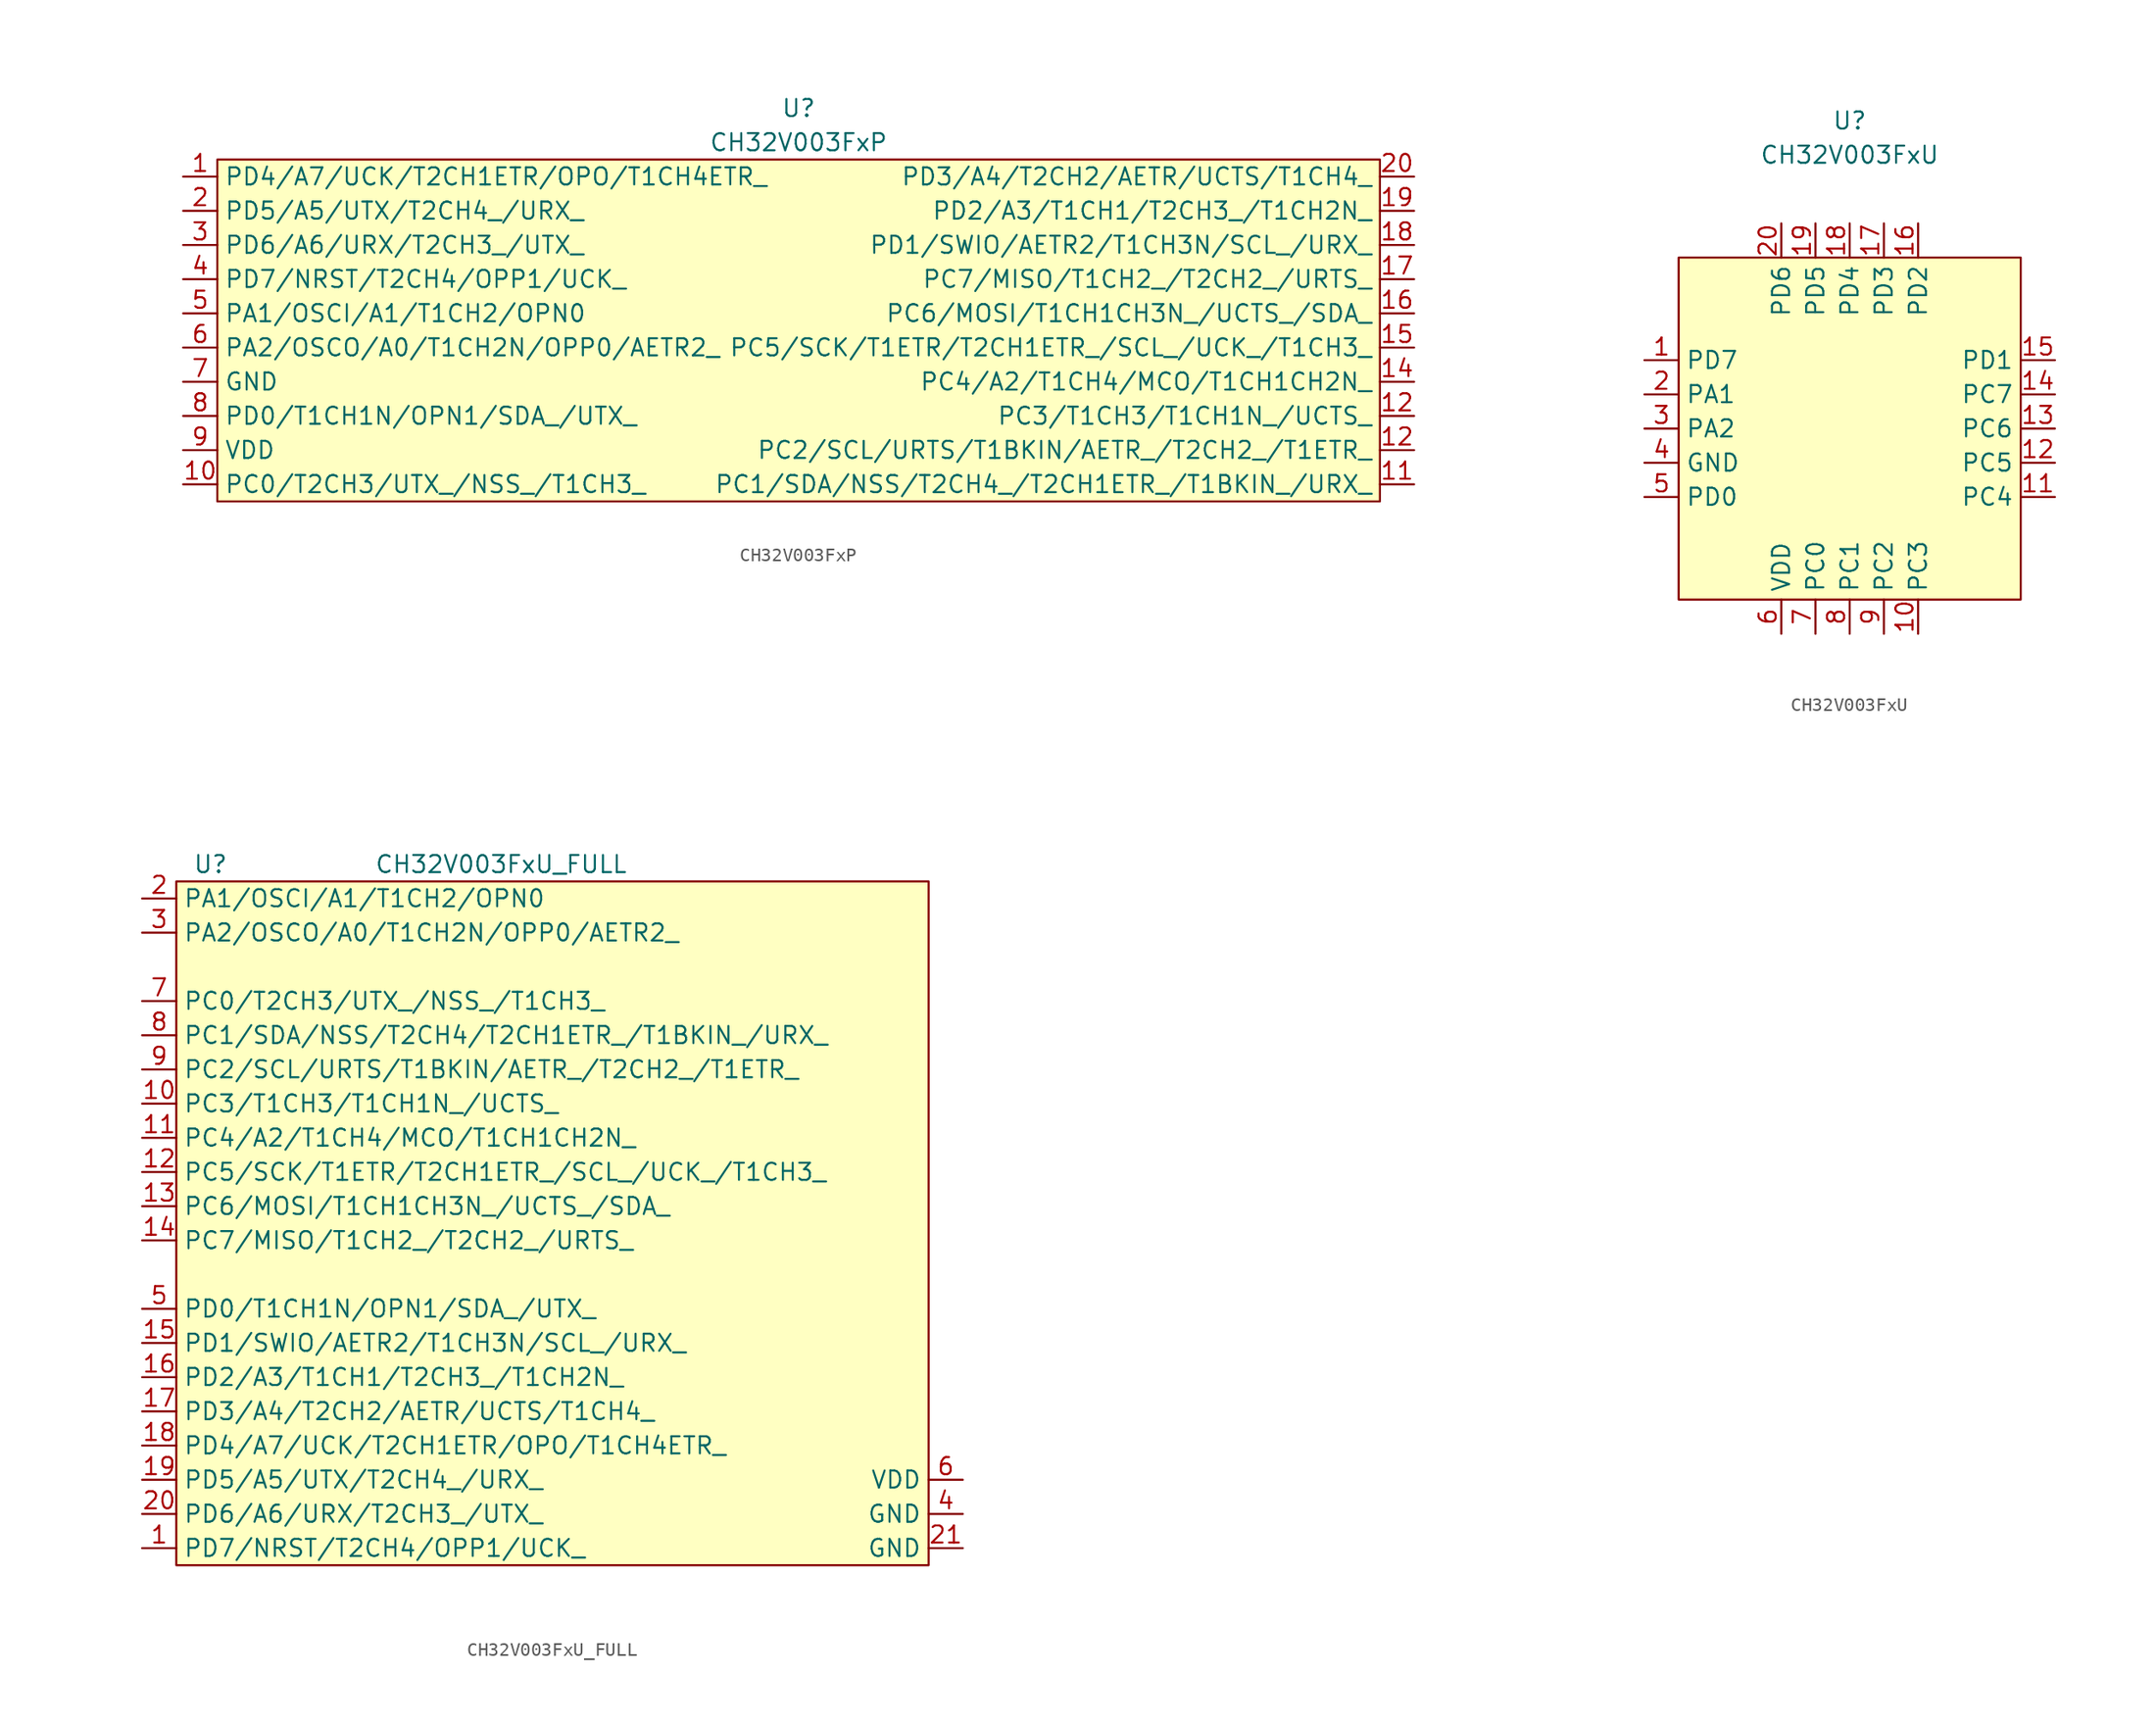
<source format=kicad_sym>
(kicad_symbol_lib
  (version 20211014)
  (generator kicad_symbol_editor)
  (symbol "CH32V003FxP"
    (property "Reference" "U"
      (at 0 16.51 0)
      (effects (font (size 1.27 1.27))))
    (property "Value" "CH32V003FxP"
      (at 0 13.97 0)
      (effects (font (size 1.27 1.27))))
    (symbol "CH32V003FxP_0_1"
      (rectangle (start -43.18 12.7) (end 43.18 -12.7) (stroke (width 0) (type default) (color 0 0 0 0)) (fill (type background))))
    (symbol "CH32V003FxP_1_1"
      (pin bidirectional line (at -45.72 11.43 0) (length 2.54) (name "PD4/A7/UCK/T2CH1ETR/OPO/T1CH4ETR_" (effects (font (size 1.27 1.27)))) (number "1" (effects (font (size 1.27 1.27)))))
      (pin bidirectional line (at -45.72 -11.43 0) (length 2.54) (name "PC0/T2CH3/UTX_/NSS_/T1CH3_" (effects (font (size 1.27 1.27)))) (number "10" (effects (font (size 1.27 1.27)))))
      (pin bidirectional line (at 45.72 -11.43 180) (length 2.54) (name "PC1/SDA/NSS/T2CH4_/T2CH1ETR_/T1BKIN_/URX_" (effects (font (size 1.27 1.27)))) (number "11" (effects (font (size 1.27 1.27)))))
      (pin bidirectional line (at 45.72 -8.89 180) (length 2.54) (name "PC2/SCL/URTS/T1BKIN/AETR_/T2CH2_/T1ETR_" (effects (font (size 1.27 1.27)))) (number "12" (effects (font (size 1.27 1.27)))))
      (pin bidirectional line (at 45.72 -6.35 180) (length 2.54) (name "PC3/T1CH3/T1CH1N_/UCTS_" (effects (font (size 1.27 1.27)))) (number "12" (effects (font (size 1.27 1.27)))))
      (pin bidirectional line (at 45.72 -3.81 180) (length 2.54) (name "PC4/A2/T1CH4/MCO/T1CH1CH2N_" (effects (font (size 1.27 1.27)))) (number "14" (effects (font (size 1.27 1.27)))))
      (pin bidirectional line (at 45.72 -1.27 180) (length 2.54) (name "PC5/SCK/T1ETR/T2CH1ETR_/SCL_/UCK_/T1CH3_" (effects (font (size 1.27 1.27)))) (number "15" (effects (font (size 1.27 1.27)))))
      (pin bidirectional line (at 45.72 1.27 180) (length 2.54) (name "PC6/MOSI/T1CH1CH3N_/UCTS_/SDA_" (effects (font (size 1.27 1.27)))) (number "16" (effects (font (size 1.27 1.27)))))
      (pin bidirectional line (at 45.72 3.81 180) (length 2.54) (name "PC7/MISO/T1CH2_/T2CH2_/URTS_" (effects (font (size 1.27 1.27)))) (number "17" (effects (font (size 1.27 1.27)))))
      (pin bidirectional line (at 45.72 6.35 180) (length 2.54) (name "PD1/SWIO/AETR2/T1CH3N/SCL_/URX_" (effects (font (size 1.27 1.27)))) (number "18" (effects (font (size 1.27 1.27)))))
      (pin bidirectional line (at 45.72 8.89 180) (length 2.54) (name "PD2/A3/T1CH1/T2CH3_/T1CH2N_" (effects (font (size 1.27 1.27)))) (number "19" (effects (font (size 1.27 1.27)))))
      (pin bidirectional line (at -45.72 8.89 0) (length 2.54) (name "PD5/A5/UTX/T2CH4_/URX_" (effects (font (size 1.27 1.27)))) (number "2" (effects (font (size 1.27 1.27)))))
      (pin bidirectional line (at 45.72 11.43 180) (length 2.54) (name "PD3/A4/T2CH2/AETR/UCTS/T1CH4_" (effects (font (size 1.27 1.27)))) (number "20" (effects (font (size 1.27 1.27)))))
      (pin bidirectional line (at -45.72 6.35 0) (length 2.54) (name "PD6/A6/URX/T2CH3_/UTX_" (effects (font (size 1.27 1.27)))) (number "3" (effects (font (size 1.27 1.27)))))
      (pin bidirectional line (at -45.72 3.81 0) (length 2.54) (name "PD7/NRST/T2CH4/OPP1/UCK_" (effects (font (size 1.27 1.27)))) (number "4" (effects (font (size 1.27 1.27)))))
      (pin bidirectional line (at -45.72 1.27 0) (length 2.54) (name "PA1/OSCI/A1/T1CH2/OPN0" (effects (font (size 1.27 1.27)))) (number "5" (effects (font (size 1.27 1.27)))))
      (pin bidirectional line (at -45.72 -1.27 0) (length 2.54) (name "PA2/OSCO/A0/T1CH2N/OPP0/AETR2_" (effects (font (size 1.27 1.27)))) (number "6" (effects (font (size 1.27 1.27)))))
      (pin power_in line (at -45.72 -3.81 0) (length 2.54) (name "GND" (effects (font (size 1.27 1.27)))) (number "7" (effects (font (size 1.27 1.27)))))
      (pin bidirectional line (at -45.72 -6.35 0) (length 2.54) (name "PD0/T1CH1N/OPN1/SDA_/UTX_" (effects (font (size 1.27 1.27)))) (number "8" (effects (font (size 1.27 1.27)))))
      (pin power_in line (at -45.72 -8.89 0) (length 2.54) (name "VDD" (effects (font (size 1.27 1.27)))) (number "9" (effects (font (size 1.27 1.27)))))))
  (symbol "CH32V003FxU"
    (property "Reference" "U"
      (at 0 22.86 0)
      (effects (font (size 1.27 1.27))))
    (property "Value" "CH32V003FxU"
      (at 0 20.32 0)
      (effects (font (size 1.27 1.27))))
    (symbol "CH32V003FxU_0_1"
      (rectangle (start -12.7 12.7) (end 12.7 -12.7) (stroke (width 0) (type default) (color 0 0 0 0)) (fill (type background))))
    (symbol "CH32V003FxU_1_1"
      (pin bidirectional line (at -15.24 5.08 0) (length 2.54) (name "PD7" (effects (font (size 1.27 1.27)))) (number "1" (effects (font (size 1.27 1.27)))))
      (pin bidirectional line (at 5.08 -15.24 90) (length 2.54) (name "PC3" (effects (font (size 1.27 1.27)))) (number "10" (effects (font (size 1.27 1.27)))))
      (pin bidirectional line (at 15.24 -5.08 180) (length 2.54) (name "PC4" (effects (font (size 1.27 1.27)))) (number "11" (effects (font (size 1.27 1.27)))))
      (pin bidirectional line (at 15.24 -2.54 180) (length 2.54) (name "PC5" (effects (font (size 1.27 1.27)))) (number "12" (effects (font (size 1.27 1.27)))))
      (pin bidirectional line (at 15.24 0 180) (length 2.54) (name "PC6" (effects (font (size 1.27 1.27)))) (number "13" (effects (font (size 1.27 1.27)))))
      (pin bidirectional line (at 15.24 2.54 180) (length 2.54) (name "PC7" (effects (font (size 1.27 1.27)))) (number "14" (effects (font (size 1.27 1.27)))))
      (pin bidirectional line (at 15.24 5.08 180) (length 2.54) (name "PD1" (effects (font (size 1.27 1.27)))) (number "15" (effects (font (size 1.27 1.27)))))
      (pin bidirectional line (at 5.08 15.24 270) (length 2.54) (name "PD2" (effects (font (size 1.27 1.27)))) (number "16" (effects (font (size 1.27 1.27)))))
      (pin bidirectional line (at 2.54 15.24 270) (length 2.54) (name "PD3" (effects (font (size 1.27 1.27)))) (number "17" (effects (font (size 1.27 1.27)))))
      (pin bidirectional line (at 0 15.24 270) (length 2.54) (name "PD4" (effects (font (size 1.27 1.27)))) (number "18" (effects (font (size 1.27 1.27)))))
      (pin bidirectional line (at -2.54 15.24 270) (length 2.54) (name "PD5" (effects (font (size 1.27 1.27)))) (number "19" (effects (font (size 1.27 1.27)))))
      (pin bidirectional line (at -15.24 2.54 0) (length 2.54) (name "PA1" (effects (font (size 1.27 1.27)))) (number "2" (effects (font (size 1.27 1.27)))))
      (pin bidirectional line (at -5.08 15.24 270) (length 2.54) (name "PD6" (effects (font (size 1.27 1.27)))) (number "20" (effects (font (size 1.27 1.27)))))
      (pin bidirectional line (at -15.24 0 0) (length 2.54) (name "PA2" (effects (font (size 1.27 1.27)))) (number "3" (effects (font (size 1.27 1.27)))))
      (pin bidirectional line (at -15.24 -2.54 0) (length 2.54) (name "GND" (effects (font (size 1.27 1.27)))) (number "4" (effects (font (size 1.27 1.27)))))
      (pin bidirectional line (at -15.24 -5.08 0) (length 2.54) (name "PD0" (effects (font (size 1.27 1.27)))) (number "5" (effects (font (size 1.27 1.27)))))
      (pin power_in line (at -5.08 -15.24 90) (length 2.54) (name "VDD" (effects (font (size 1.27 1.27)))) (number "6" (effects (font (size 1.27 1.27)))))
      (pin bidirectional line (at -2.54 -15.24 90) (length 2.54) (name "PC0" (effects (font (size 1.27 1.27)))) (number "7" (effects (font (size 1.27 1.27)))))
      (pin bidirectional line (at 0 -15.24 90) (length 2.54) (name "PC1" (effects (font (size 1.27 1.27)))) (number "8" (effects (font (size 1.27 1.27)))))
      (pin bidirectional line (at 2.54 -15.24 90) (length 2.54) (name "PC2" (effects (font (size 1.27 1.27)))) (number "9" (effects (font (size 1.27 1.27)))))))
  (symbol "CH32V003FxU_FULL"
    (property "Reference" "U"
      (at -25.4 27.94 0)
      (effects (font (size 1.27 1.27))))
    (property "Value" "CH32V003FxU_FULL"
      (at -3.81 27.94 0)
      (effects (font (size 1.27 1.27))))
    (symbol "CH32V003FxU_FULL_0_1"
      (rectangle (start -27.94 26.67) (end 27.94 -24.13) (stroke (width 0) (type default) (color 0 0 0 0)) (fill (type background))))
    (symbol "CH32V003FxU_FULL_1_1"
      (pin bidirectional line (at -30.48 -22.86 0) (length 2.54) (name "PD7/NRST/T2CH4/OPP1/UCK_" (effects (font (size 1.27 1.27)))) (number "1" (effects (font (size 1.27 1.27)))))
      (pin bidirectional line (at -30.48 10.16 0) (length 2.54) (name "PC3/T1CH3/T1CH1N_/UCTS_" (effects (font (size 1.27 1.27)))) (number "10" (effects (font (size 1.27 1.27)))))
      (pin bidirectional line (at -30.48 7.62 0) (length 2.54) (name "PC4/A2/T1CH4/MCO/T1CH1CH2N_" (effects (font (size 1.27 1.27)))) (number "11" (effects (font (size 1.27 1.27)))))
      (pin bidirectional line (at -30.48 5.08 0) (length 2.54) (name "PC5/SCK/T1ETR/T2CH1ETR_/SCL_/UCK_/T1CH3_" (effects (font (size 1.27 1.27)))) (number "12" (effects (font (size 1.27 1.27)))))
      (pin bidirectional line (at -30.48 2.54 0) (length 2.54) (name "PC6/MOSI/T1CH1CH3N_/UCTS_/SDA_" (effects (font (size 1.27 1.27)))) (number "13" (effects (font (size 1.27 1.27)))))
      (pin bidirectional line (at -30.48 0 0) (length 2.54) (name "PC7/MISO/T1CH2_/T2CH2_/URTS_" (effects (font (size 1.27 1.27)))) (number "14" (effects (font (size 1.27 1.27)))))
      (pin bidirectional line (at -30.48 -7.62 0) (length 2.54) (name "PD1/SWIO/AETR2/T1CH3N/SCL_/URX_" (effects (font (size 1.27 1.27)))) (number "15" (effects (font (size 1.27 1.27)))))
      (pin bidirectional line (at -30.48 -10.16 0) (length 2.54) (name "PD2/A3/T1CH1/T2CH3_/T1CH2N_" (effects (font (size 1.27 1.27)))) (number "16" (effects (font (size 1.27 1.27)))))
      (pin bidirectional line (at -30.48 -12.7 0) (length 2.54) (name "PD3/A4/T2CH2/AETR/UCTS/T1CH4_" (effects (font (size 1.27 1.27)))) (number "17" (effects (font (size 1.27 1.27)))))
      (pin bidirectional line (at -30.48 -15.24 0) (length 2.54) (name "PD4/A7/UCK/T2CH1ETR/OPO/T1CH4ETR_" (effects (font (size 1.27 1.27)))) (number "18" (effects (font (size 1.27 1.27)))))
      (pin bidirectional line (at -30.48 -17.78 0) (length 2.54) (name "PD5/A5/UTX/T2CH4_/URX_" (effects (font (size 1.27 1.27)))) (number "19" (effects (font (size 1.27 1.27)))))
      (pin bidirectional line (at -30.48 25.4 0) (length 2.54) (name "PA1/OSCI/A1/T1CH2/OPN0" (effects (font (size 1.27 1.27)))) (number "2" (effects (font (size 1.27 1.27)))))
      (pin bidirectional line (at -30.48 -20.32 0) (length 2.54) (name "PD6/A6/URX/T2CH3_/UTX_" (effects (font (size 1.27 1.27)))) (number "20" (effects (font (size 1.27 1.27)))))
      (pin power_in line (at 30.48 -22.86 180) (length 2.54) (name "GND" (effects (font (size 1.27 1.27)))) (number "21" (effects (font (size 1.27 1.27)))))
      (pin bidirectional line (at -30.48 22.86 0) (length 2.54) (name "PA2/OSCO/A0/T1CH2N/OPP0/AETR2_" (effects (font (size 1.27 1.27)))) (number "3" (effects (font (size 1.27 1.27)))))
      (pin power_in line (at 30.48 -20.32 180) (length 2.54) (name "GND" (effects (font (size 1.27 1.27)))) (number "4" (effects (font (size 1.27 1.27)))))
      (pin bidirectional line (at -30.48 -5.08 0) (length 2.54) (name "PD0/T1CH1N/OPN1/SDA_/UTX_" (effects (font (size 1.27 1.27)))) (number "5" (effects (font (size 1.27 1.27)))))
      (pin power_in line (at 30.48 -17.78 180) (length 2.54) (name "VDD" (effects (font (size 1.27 1.27)))) (number "6" (effects (font (size 1.27 1.27)))))
      (pin bidirectional line (at -30.48 17.78 0) (length 2.54) (name "PC0/T2CH3/UTX_/NSS_/T1CH3_" (effects (font (size 1.27 1.27)))) (number "7" (effects (font (size 1.27 1.27)))))
      (pin bidirectional line (at -30.48 15.24 0) (length 2.54) (name "PC1/SDA/NSS/T2CH4/T2CH1ETR_/T1BKIN_/URX_" (effects (font (size 1.27 1.27)))) (number "8" (effects (font (size 1.27 1.27)))))
      (pin bidirectional line (at -30.48 12.7 0) (length 2.54) (name "PC2/SCL/URTS/T1BKIN/AETR_/T2CH2_/T1ETR_" (effects (font (size 1.27 1.27)))) (number "9" (effects (font (size 1.27 1.27))))))))
</source>
